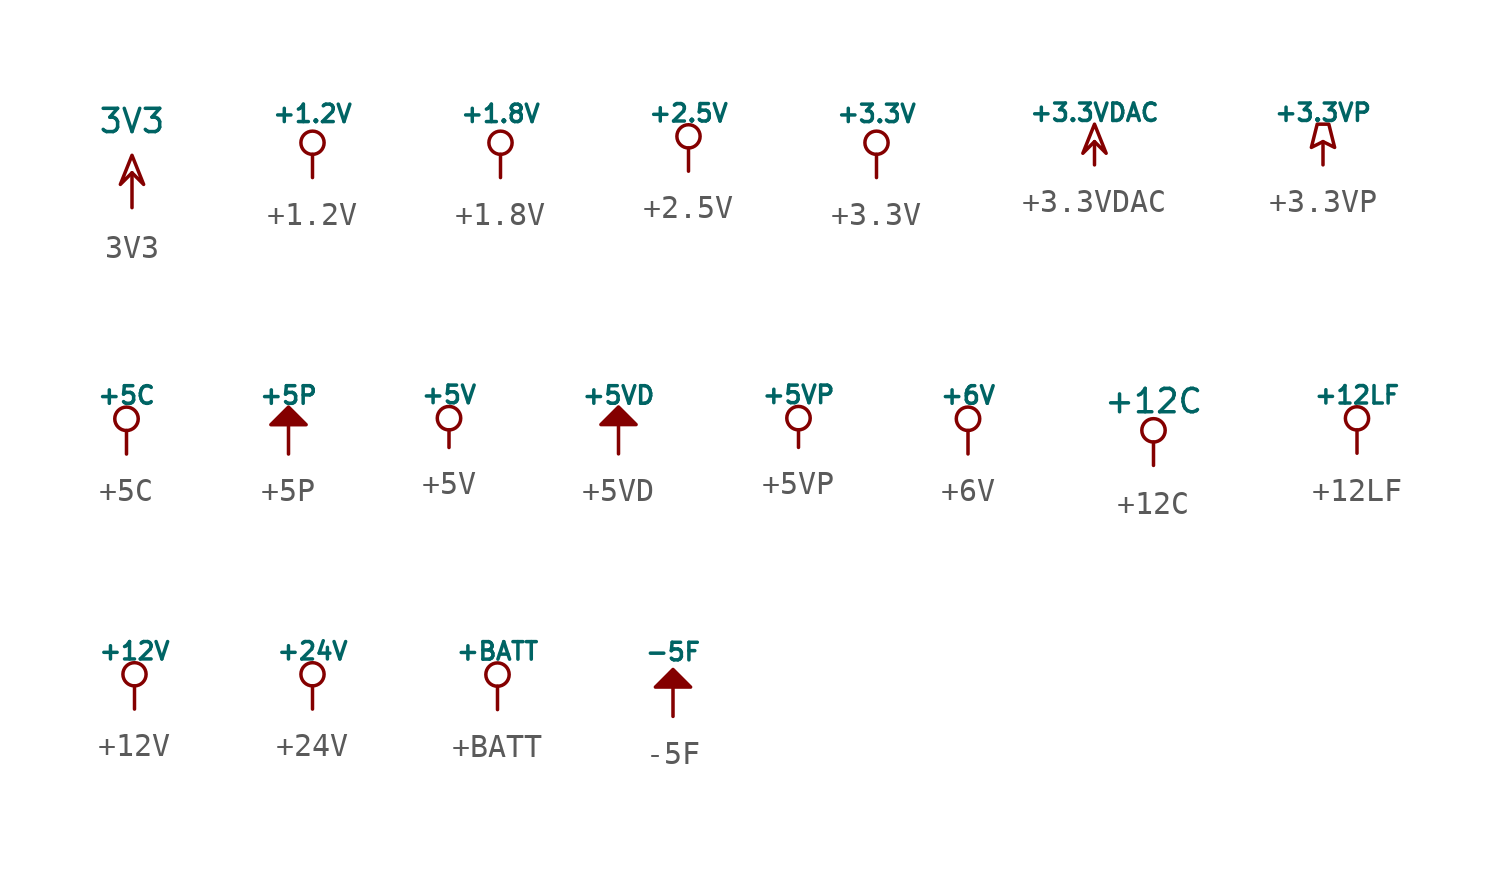
<source format=kicad_sym>
(kicad_symbol_lib
  (version 20220914)
  (generator kicad_symbol_editor)
  (symbol "3V3"
    (pin_names
      (offset 0))
    (property "Reference" "#PWR"
      (at 0 2.54 0)
      (effects (font (size 1.016 1.016)) hide))
    (property "Value" "3V3"
      (at 0 3.785 0)
      (effects (font (size 1.016 1.016))))
    (symbol "3V3_0_0"
      (pin power_in line (at 0 0 90) (length 0) hide (name "3V3" (effects (font (size 0.762 0.762)))) (number "1" (effects (font (size 0.762 0.762))))))
    (symbol "3V3_0_1"
      (polyline (pts (xy 0 1.524) (xy 0 0)) (stroke (width 0) (type solid)) (fill (type none)))
      (polyline (pts (xy 0 1.524) (xy 0.508 1.016) (xy 0 2.286) (xy -0.508 1.016) (xy 0 1.524) (xy 0 1.524)) (stroke (width 0) (type solid)) (fill (type none)))))
  (symbol "+1.2V"
    (power)
    (pin_names
      (offset 0))
    (property "Reference" "#PWR"
      (at 0 3.556 0)
      (effects (font (size 0.508 0.508)) hide))
    (property "Value" "+1.2V"
      (at 0 2.794 0)
      (effects (font (size 0.762 0.762))))
    (symbol "+1.2V_0_0"
      (polyline (pts (xy 0 0) (xy 0 1.016) (xy 0 1.016)) (stroke (width 0) (type solid)) (fill (type none)))
      (pin power_in line (at 0 0 90) (length 0) hide (name "+1.2V" (effects (font (size 0.508 0.508)))) (number "1" (effects (font (size 0.508 0.508))))))
    (symbol "+1.2V_0_1"
      (circle (center 0 1.524) (radius 0.508) (stroke (width 0) (type solid)) (fill (type none)))))
  (symbol "+1.8V"
    (power)
    (pin_names
      (offset 0))
    (property "Reference" "#PWR"
      (at 0 3.556 0)
      (effects (font (size 0.508 0.508)) hide))
    (property "Value" "+1.8V"
      (at 0 2.794 0)
      (effects (font (size 0.762 0.762))))
    (symbol "+1.8V_0_0"
      (polyline (pts (xy 0 0) (xy 0 1.016) (xy 0 1.016)) (stroke (width 0) (type solid)) (fill (type none)))
      (pin power_in line (at 0 0 90) (length 0) hide (name "+1.8V" (effects (font (size 0.508 0.508)))) (number "1" (effects (font (size 0.508 0.508))))))
    (symbol "+1.8V_0_1"
      (circle (center 0 1.524) (radius 0.508) (stroke (width 0) (type solid)) (fill (type none)))))
  (symbol "+2.5V"
    (power)
    (pin_names
      (offset 0))
    (property "Reference" "#PWR"
      (at 0 -1.27 0)
      (effects (font (size 0.508 0.508)) hide))
    (property "Value" "+2.5V"
      (at 0 2.54 0)
      (effects (font (size 0.762 0.762))))
    (symbol "+2.5V_0_0"
      (pin power_in line (at 0 0 90) (length 0) hide (name "+2.5V" (effects (font (size 0.762 0.762)))) (number "1" (effects (font (size 0.508 0.508))))))
    (symbol "+2.5V_0_1"
      (polyline (pts (xy 0 0) (xy 0 1.016) (xy 0 1.016)) (stroke (width 0) (type solid)) (fill (type none)))
      (circle (center 0 1.524) (radius 0.508) (stroke (width 0) (type solid)) (fill (type none)))))
  (symbol "+3.3V"
    (power)
    (pin_names
      (offset 0))
    (property "Reference" "#PWR"
      (at 0 -1.016 0)
      (effects (font (size 0.762 0.762)) hide))
    (property "Value" "+3.3V"
      (at 0 2.794 0)
      (effects (font (size 0.762 0.762))))
    (symbol "+3.3V_0_0"
      (pin power_in line (at 0 0 90) (length 0) hide (name "+3.3V" (effects (font (size 0.762 0.762)))) (number "1" (effects (font (size 0.762 0.762))))))
    (symbol "+3.3V_0_1"
      (polyline (pts (xy 0 0) (xy 0 1.016) (xy 0 1.016)) (stroke (width 0) (type solid)) (fill (type none)))
      (circle (center 0 1.524) (radius 0.508) (stroke (width 0) (type solid)) (fill (type none)))))
  (symbol "+3.3VDAC"
    (power)
    (pin_names
      (offset 0))
    (property "Reference" "#PWR"
      (at 0 3.048 0)
      (effects (font (size 0.508 0.508)) hide))
    (property "Value" "+3.3VDAC"
      (at 0 2.286 0)
      (effects (font (size 0.762 0.762))))
    (symbol "+3.3VDAC_0_0"
      (pin power_in line (at 0 0 90) (length 0) hide (name "+3.3VDAC" (effects (font (size 0.508 0.508)))) (number "1" (effects (font (size 0.508 0.508))))))
    (symbol "+3.3VDAC_0_1"
      (polyline (pts (xy 0 0) (xy 0 1.016) (xy 0 1.016)) (stroke (width 0) (type solid)) (fill (type none)))
      (polyline (pts (xy 0 1.016) (xy 0.508 0.508) (xy 0 1.778) (xy -0.508 0.508) (xy 0 1.016) (xy 0 1.016)) (stroke (width 0) (type solid)) (fill (type none)))))
  (symbol "+3.3VP"
    (power)
    (pin_names
      (offset 0))
    (property "Reference" "#PWR"
      (at 1.27 0.762 0)
      (effects (font (size 0.508 0.508)) hide))
    (property "Value" "+3.3VP"
      (at 0 2.286 0)
      (effects (font (size 0.762 0.762))))
    (symbol "+3.3VP_0_0"
      (pin power_in line (at 0 0 90) (length 0) hide (name "+3.3VP" (effects (font (size 0.508 0.508)))) (number "1" (effects (font (size 0.508 0.508))))))
    (symbol "+3.3VP_0_1"
      (polyline (pts (xy 0 0) (xy 0 1.016) (xy 0 1.016)) (stroke (width 0) (type solid)) (fill (type none)))
      (polyline (pts (xy 0.508 0.762) (xy 0 1.016) (xy -0.508 0.762) (xy -0.254 1.778) (xy 0.254 1.778) (xy 0.508 0.762) (xy 0.508 0.762)) (stroke (width 0) (type solid)) (fill (type none)))))
  (symbol "+5C"
    (power)
    (pin_names
      (offset 0))
    (property "Reference" "#PWR"
      (at 0 -1.27 0)
      (effects (font (size 0.508 0.508)) hide))
    (property "Value" "+5C"
      (at 0 2.54 0)
      (effects (font (size 0.762 0.762))))
    (symbol "+5C_0_0"
      (pin power_in line (at 0 0 90) (length 0) hide (name "+5C" (effects (font (size 0.762 0.762)))) (number "1" (effects (font (size 0.508 0.508))))))
    (symbol "+5C_0_1"
      (polyline (pts (xy 0 0) (xy 0 1.016) (xy 0 1.016)) (stroke (width 0) (type solid)) (fill (type none)))
      (circle (center 0 1.524) (radius 0.508) (stroke (width 0) (type solid)) (fill (type none)))))
  (symbol "+5P"
    (pin_names
      (offset 0))
    (property "Reference" "#PWR"
      (at 0 3.302 0)
      (effects (font (size 0.508 0.508)) hide))
    (property "Value" "+5P"
      (at 0 2.54 0)
      (effects (font (size 0.762 0.762))))
    (symbol "+5P_0_0"
      (pin power_in line (at 0 0 90) (length 0) hide (name "+5P" (effects (font (size 0.508 0.508)))) (number "1" (effects (font (size 0.508 0.508))))))
    (symbol "+5P_0_1"
      (polyline (pts (xy 0 0) (xy 0 1.27) (xy 0 1.27)) (stroke (width 0) (type solid)) (fill (type none)))
      (polyline (pts (xy 0 2.032) (xy 0.762 1.27) (xy -0.508 1.27) (xy -0.762 1.27) (xy 0 2.032) (xy 0 2.032) (xy 0 2.032)) (stroke (width 0) (type solid)) (fill (type outline)))))
  (symbol "+5V"
    (power)
    (pin_names
      (offset 1.016))
    (property "Reference" "#PWR"
      (at 0 2.286 0)
      (effects (font (size 0.508 0.508)) hide))
    (property "Value" "+5V"
      (at 0 2.286 0)
      (effects (font (size 0.762 0.762))))
    (symbol "+5V_0_0"
      (pin power_in line (at 0 0 90) (length 0) hide (name "+5V" (effects (font (size 0.508 0.508)))) (number "1" (effects (font (size 0.508 0.508))))))
    (symbol "+5V_0_1"
      (polyline (pts (xy 0 0) (xy 0 0.762) (xy 0 0.762) (xy 0 0.762)) (stroke (width 0) (type solid)) (fill (type none)))
      (circle (center 0 1.27) (radius 0.508) (stroke (width 0) (type solid)) (fill (type none)))))
  (symbol "+5VD"
    (power)
    (pin_numbers hide)
    (pin_names
      (offset 0))
    (property "Reference" "#PWR"
      (at 0 -1.27 0)
      (effects (font (size 0.508 0.508)) hide))
    (property "Value" "+5VD"
      (at 0 2.54 0)
      (effects (font (size 0.762 0.762))))
    (symbol "+5VD_0_0"
      (pin power_in line (at 0 0 90) (length 0) hide (name "+5VD" (effects (font (size 0.762 0.762)))) (number "1" (effects (font (size 0.508 0.508))))))
    (symbol "+5VD_0_1"
      (polyline (pts (xy 0 0) (xy 0 1.27) (xy 0 1.27)) (stroke (width 0) (type solid)) (fill (type none)))
      (polyline (pts (xy 0 2.032) (xy 0.762 1.27) (xy -0.508 1.27) (xy -0.762 1.27) (xy 0 2.032) (xy 0 2.032) (xy 0 2.032)) (stroke (width 0) (type solid)) (fill (type outline)))))
  (symbol "+5VP"
    (power)
    (pin_names
      (offset 1.016))
    (property "Reference" "#PWR"
      (at 0 2.286 0)
      (effects (font (size 0.508 0.508)) hide))
    (property "Value" "+5VP"
      (at 0 2.286 0)
      (effects (font (size 0.762 0.762))))
    (symbol "+5VP_0_0"
      (pin power_in line (at 0 0 90) (length 0) hide (name "+5VP" (effects (font (size 0.508 0.508)))) (number "1" (effects (font (size 0.508 0.508))))))
    (symbol "+5VP_0_1"
      (polyline (pts (xy 0 0) (xy 0 0.762) (xy 0 0.762) (xy 0 0.762)) (stroke (width 0) (type solid)) (fill (type none)))
      (circle (center 0 1.27) (radius 0.508) (stroke (width 0) (type solid)) (fill (type none)))))
  (symbol "+6V"
    (pin_names
      (offset 0))
    (property "Reference" "#PWR"
      (at 0 3.302 0)
      (effects (font (size 0.508 0.508)) hide))
    (property "Value" "+6V"
      (at 0 2.54 0)
      (effects (font (size 0.762 0.762))))
    (symbol "+6V_0_0"
      (pin power_in line (at 0 0 90) (length 0) hide (name "+6V" (effects (font (size 0.508 0.508)))) (number "1" (effects (font (size 0.508 0.508))))))
    (symbol "+6V_0_1"
      (polyline (pts (xy 0 0) (xy 0 1.016) (xy 0 1.016)) (stroke (width 0) (type solid)) (fill (type none)))
      (circle (center 0 1.524) (radius 0.508) (stroke (width 0) (type solid)) (fill (type none)))))
  (symbol "+12C"
    (power)
    (pin_numbers hide)
    (pin_names
      (offset 0))
    (property "Reference" "#PWR"
      (at 0 -0.762 0)
      (effects (font (size 0.762 0.762)) hide))
    (property "Value" "+12C"
      (at 0 2.794 0)
      (effects (font (size 1.016 1.016))))
    (symbol "+12C_0_0"
      (pin power_in line (at 0 0 90) (length 0) hide (name "+12C" (effects (font (size 0.762 0.762)))) (number "1" (effects (font (size 0.762 0.762))))))
    (symbol "+12C_0_1"
      (polyline (pts (xy 0 0) (xy 0 1.016) (xy 0 1.016) (xy 0 1.016)) (stroke (width 0) (type solid)) (fill (type none)))
      (circle (center 0 1.524) (radius 0.508) (stroke (width 0) (type solid)) (fill (type none)))))
  (symbol "+12LF"
    (power)
    (pin_numbers hide)
    (pin_names
      (offset 0))
    (property "Reference" "#PWR"
      (at 0 -1.27 0)
      (effects (font (size 0.508 0.508)) hide))
    (property "Value" "+12LF"
      (at 0 2.54 0)
      (effects (font (size 0.762 0.762))))
    (symbol "+12LF_0_0"
      (pin power_in line (at 0 0 90) (length 0) hide (name "+12LF" (effects (font (size 0.762 0.762)))) (number "1" (effects (font (size 0.508 0.508))))))
    (symbol "+12LF_0_1"
      (polyline (pts (xy 0 0) (xy 0 1.016) (xy 0 1.016)) (stroke (width 0) (type solid)) (fill (type none)))
      (circle (center 0 1.524) (radius 0.508) (stroke (width 0) (type solid)) (fill (type none)))))
  (symbol "+12V"
    (power)
    (pin_numbers hide)
    (pin_names
      (offset 0))
    (property "Reference" "#PWR"
      (at 0 -1.27 0)
      (effects (font (size 0.508 0.508)) hide))
    (property "Value" "+12V"
      (at 0 2.54 0)
      (effects (font (size 0.762 0.762))))
    (symbol "+12V_0_0"
      (pin power_in line (at 0 0 90) (length 0) hide (name "+12V" (effects (font (size 0.762 0.762)))) (number "1" (effects (font (size 0.508 0.508))))))
    (symbol "+12V_0_1"
      (polyline (pts (xy 0 0) (xy 0 1.016) (xy 0 1.016)) (stroke (width 0) (type solid)) (fill (type none)))
      (circle (center 0 1.524) (radius 0.508) (stroke (width 0) (type solid)) (fill (type none)))))
  (symbol "+24V"
    (power)
    (pin_numbers hide)
    (pin_names
      (offset 0))
    (property "Reference" "#PWR"
      (at 0 -1.27 0)
      (effects (font (size 0.508 0.508)) hide))
    (property "Value" "+24V"
      (at 0 2.54 0)
      (effects (font (size 0.762 0.762))))
    (symbol "+24V_0_0"
      (pin power_in line (at 0 0 90) (length 0) hide (name "+24V" (effects (font (size 0.762 0.762)))) (number "1" (effects (font (size 0.508 0.508))))))
    (symbol "+24V_0_1"
      (polyline (pts (xy 0 0) (xy 0 1.016) (xy 0 1.016)) (stroke (width 0) (type solid)) (fill (type none)))
      (circle (center 0 1.524) (radius 0.508) (stroke (width 0) (type solid)) (fill (type none)))))
  (symbol "+BATT"
    (power)
    (pin_names
      (offset 0))
    (property "Reference" "#PWR"
      (at 0 -1.27 0)
      (effects (font (size 0.508 0.508)) hide))
    (property "Value" "+BATT"
      (at 0 2.54 0)
      (effects (font (size 0.762 0.762))))
    (symbol "+BATT_0_0"
      (pin power_in line (at 0 0 90) (length 0) hide (name "+BATT" (effects (font (size 0.508 0.508)))) (number "1" (effects (font (size 0.508 0.508))))))
    (symbol "+BATT_0_1"
      (polyline (pts (xy 0 0) (xy 0 1.016) (xy 0 1.016)) (stroke (width 0) (type solid)) (fill (type none)))
      (circle (center 0 1.524) (radius 0.508) (stroke (width 0) (type solid)) (fill (type none)))))
  (symbol "-5F"
    (pin_names
      (offset 0))
    (property "Reference" "PWR"
      (at 0 3.556 0)
      (effects (font (size 0.508 0.508)) hide))
    (property "Value" "-5F"
      (at 0 2.794 0)
      (effects (font (size 0.762 0.762))))
    (symbol "-5F_0_0"
      (pin power_in line (at 0 0 90) (length 0) hide (name "-5F" (effects (font (size 0.508 0.508)))) (number "1" (effects (font (size 0.508 0.508))))))
    (symbol "-5F_0_1"
      (polyline (pts (xy 0 0) (xy 0 1.27) (xy 0 1.27)) (stroke (width 0) (type solid)) (fill (type none)))
      (polyline (pts (xy 0 2.032) (xy 0.762 1.27) (xy -0.508 1.27) (xy -0.762 1.27) (xy 0 2.032) (xy 0 2.032) (xy 0 2.032)) (stroke (width 0) (type solid)) (fill (type outline))))))
</source>
